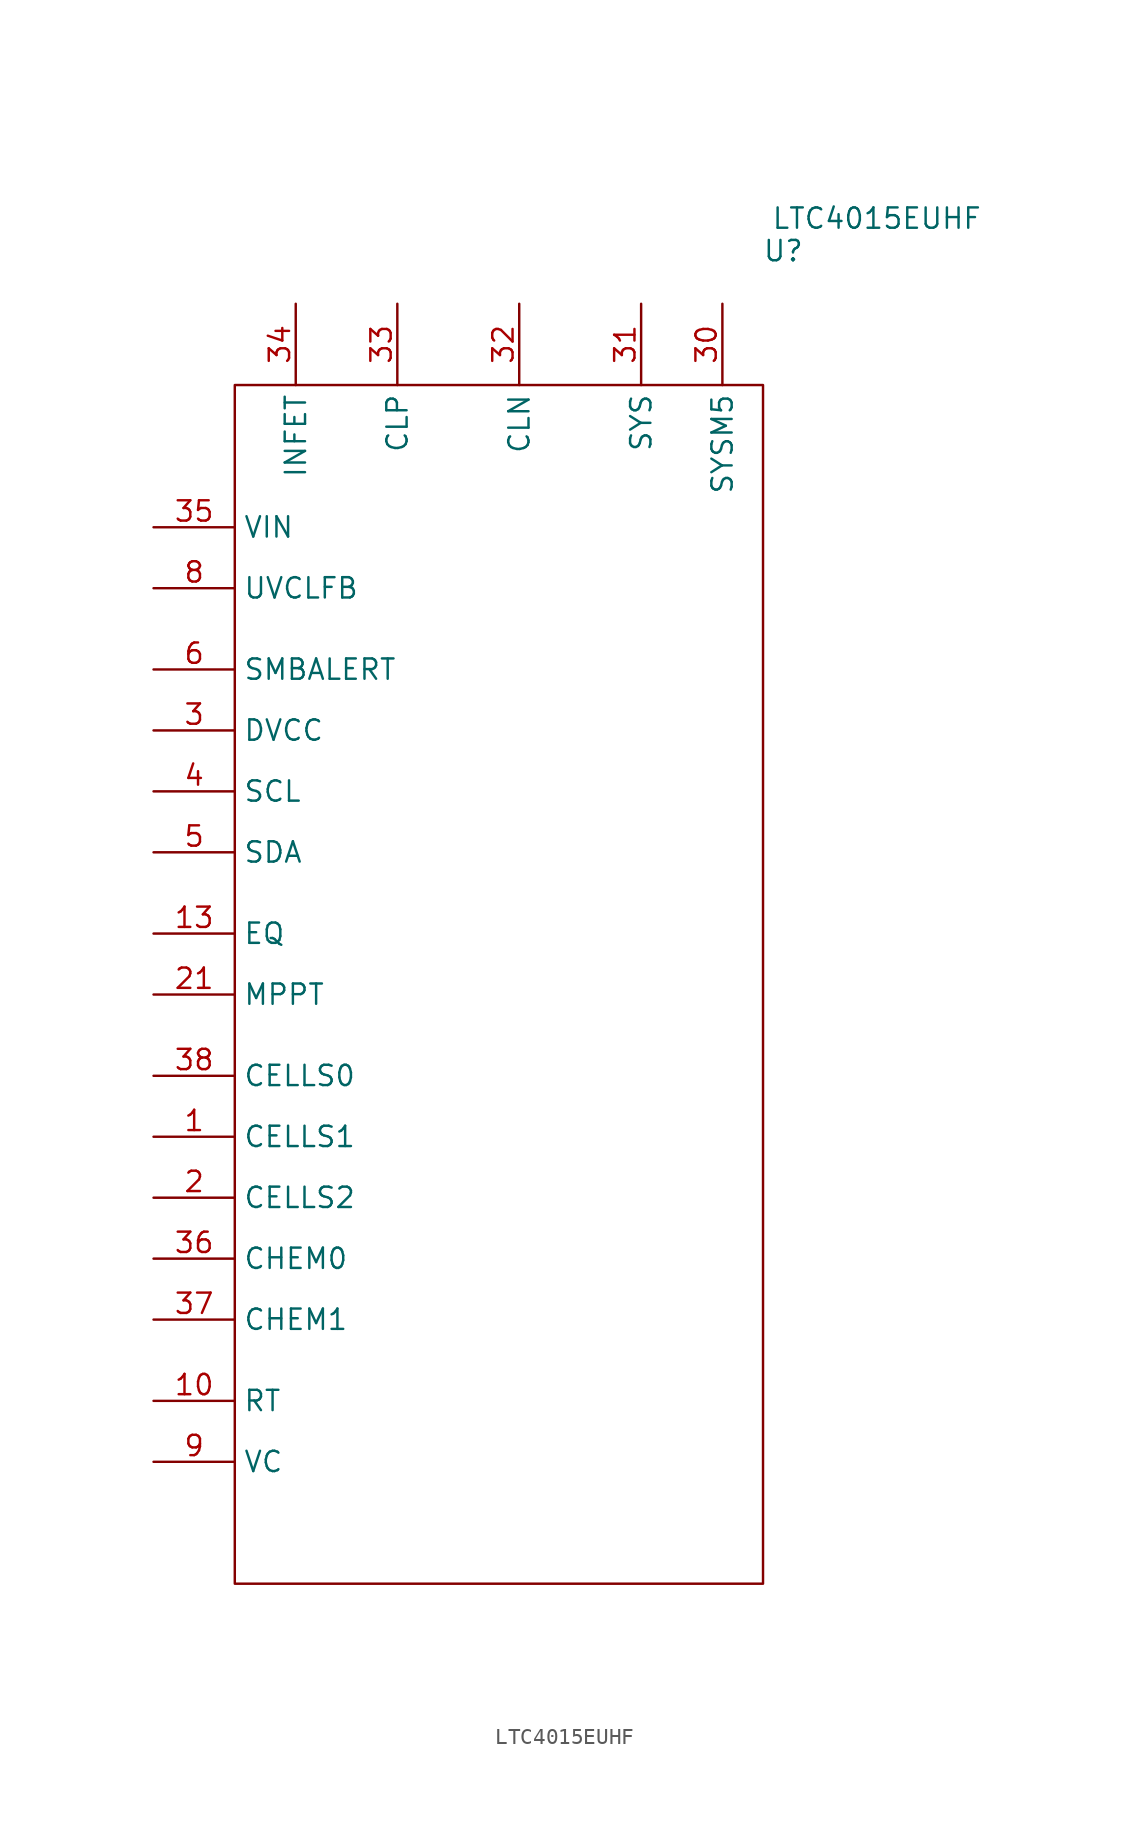
<source format=kicad_sym>
(kicad_symbol_lib
  (version 20241209)
  (generator "kicad_symbol_editor")
  (generator_version "9.0")
  (symbol "LTC4015EUHF"
    (property "Reference" "U"
      (at 17.78 5.842 0)
      (effects (font (size 1.27 1.27))))
    (property "Value" "LTC4015EUHF"
      (at 23.622 7.874 0)
      (effects (font (size 1.27 1.27))))
    (symbol "LTC4015EUHF_0_1"
      (rectangle (start -16.51 -2.54) (end 16.51 -77.47) (stroke (width 0) (type default)) (fill (type none))))
    (symbol "LTC4015EUHF_1_1"
      (pin power_in line (at -21.59 -11.43 0) (length 5.08) (name "VIN" (effects (font (size 1.27 1.27)))) (number "35" (effects (font (size 1.27 1.27)))))
      (pin bidirectional line (at -21.59 -15.24 0) (length 5.08) (name "UVCLFB" (effects (font (size 1.27 1.27)))) (number "8" (effects (font (size 1.27 1.27)))))
      (pin bidirectional line (at -21.59 -20.32 0) (length 5.08) (name "SMBALERT" (effects (font (size 1.27 1.27)))) (number "6" (effects (font (size 1.27 1.27)))))
      (pin power_in line (at -21.59 -24.13 0) (length 5.08) (name "DVCC" (effects (font (size 1.27 1.27)))) (number "3" (effects (font (size 1.27 1.27)))))
      (pin input line (at -21.59 -27.94 0) (length 5.08) (name "SCL" (effects (font (size 1.27 1.27)))) (number "4" (effects (font (size 1.27 1.27)))))
      (pin bidirectional line (at -21.59 -31.75 0) (length 5.08) (name "SDA" (effects (font (size 1.27 1.27)))) (number "5" (effects (font (size 1.27 1.27)))))
      (pin input line (at -21.59 -36.83 0) (length 5.08) (name "EQ" (effects (font (size 1.27 1.27)))) (number "13" (effects (font (size 1.27 1.27)))))
      (pin input line (at -21.59 -40.64 0) (length 5.08) (name "MPPT" (effects (font (size 1.27 1.27)))) (number "21" (effects (font (size 1.27 1.27)))))
      (pin input line (at -21.59 -45.72 0) (length 5.08) (name "CELLS0" (effects (font (size 1.27 1.27)))) (number "38" (effects (font (size 1.27 1.27)))))
      (pin input line (at -21.59 -49.53 0) (length 5.08) (name "CELLS1" (effects (font (size 1.27 1.27)))) (number "1" (effects (font (size 1.27 1.27)))))
      (pin input line (at -21.59 -53.34 0) (length 5.08) (name "CELLS2" (effects (font (size 1.27 1.27)))) (number "2" (effects (font (size 1.27 1.27)))))
      (pin input line (at -21.59 -57.15 0) (length 5.08) (name "CHEM0" (effects (font (size 1.27 1.27)))) (number "36" (effects (font (size 1.27 1.27)))))
      (pin input line (at -21.59 -60.96 0) (length 5.08) (name "CHEM1" (effects (font (size 1.27 1.27)))) (number "37" (effects (font (size 1.27 1.27)))))
      (pin power_in line (at -21.59 -66.04 0) (length 5.08) (name "RT" (effects (font (size 1.27 1.27)))) (number "10" (effects (font (size 1.27 1.27)))))
      (pin power_in line (at -21.59 -69.85 0) (length 5.08) (name "VC" (effects (font (size 1.27 1.27)))) (number "9" (effects (font (size 1.27 1.27)))))
      (pin input line (at -12.7 2.54 270) (length 5.08) (name "INFET" (effects (font (size 1.27 1.27)))) (number "34" (effects (font (size 1.27 1.27)))))
      (pin bidirectional line (at -6.35 2.54 270) (length 5.08) (name "CLP" (effects (font (size 1.27 1.27)))) (number "33" (effects (font (size 1.27 1.27)))))
      (pin bidirectional line (at 1.27 2.54 270) (length 5.08) (name "CLN" (effects (font (size 1.27 1.27)))) (number "32" (effects (font (size 1.27 1.27)))))
      (pin input line (at 8.89 2.54 270) (length 5.08) (name "SYS" (effects (font (size 1.27 1.27)))) (number "31" (effects (font (size 1.27 1.27)))))
      (pin input line (at 13.97 2.54 270) (length 5.08) (name "SYSM5" (effects (font (size 1.27 1.27)))) (number "30" (effects (font (size 1.27 1.27))))))))
</source>
